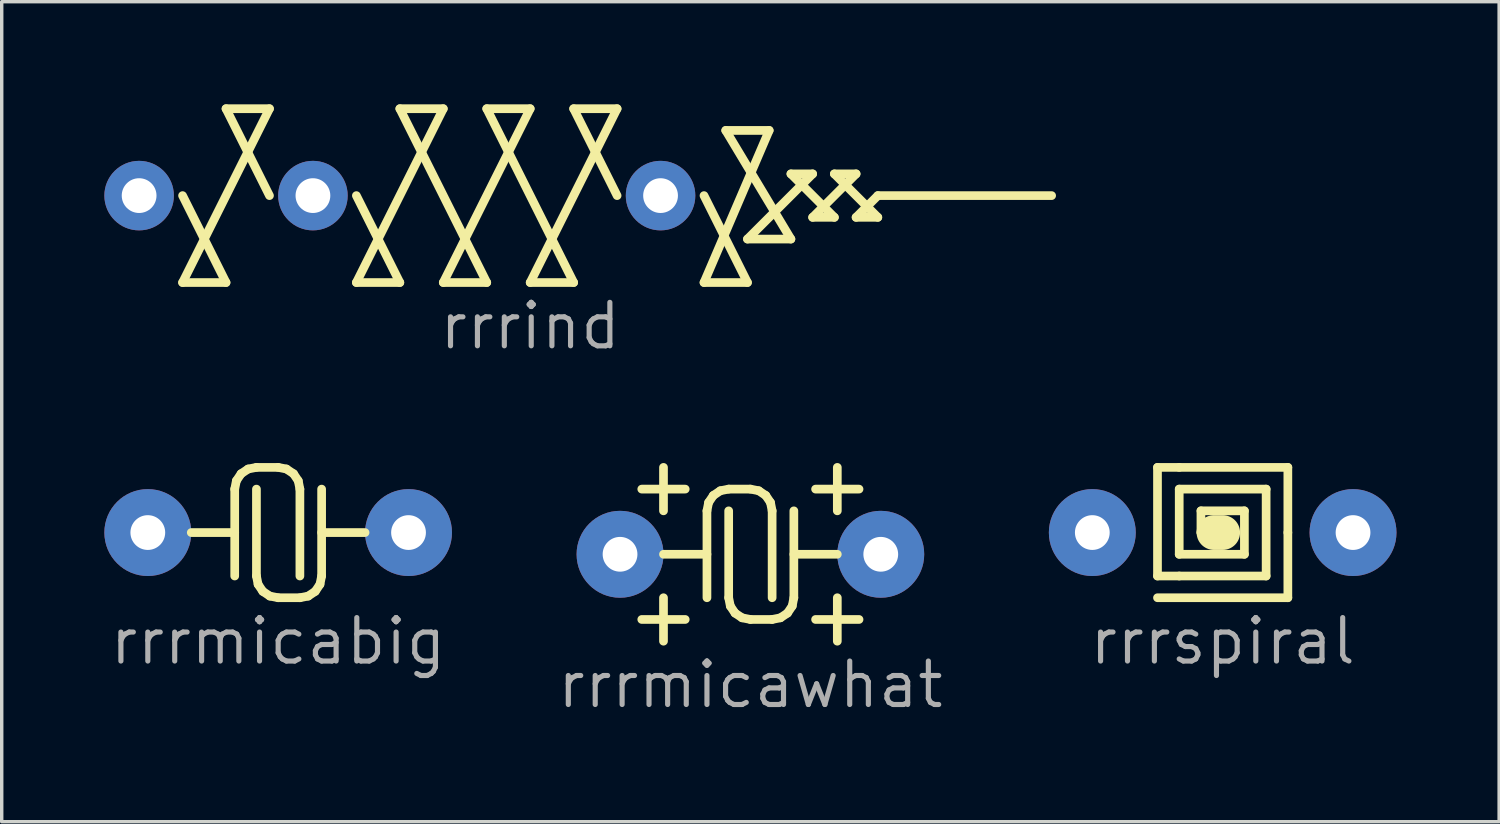
<source format=kicad_pcb>
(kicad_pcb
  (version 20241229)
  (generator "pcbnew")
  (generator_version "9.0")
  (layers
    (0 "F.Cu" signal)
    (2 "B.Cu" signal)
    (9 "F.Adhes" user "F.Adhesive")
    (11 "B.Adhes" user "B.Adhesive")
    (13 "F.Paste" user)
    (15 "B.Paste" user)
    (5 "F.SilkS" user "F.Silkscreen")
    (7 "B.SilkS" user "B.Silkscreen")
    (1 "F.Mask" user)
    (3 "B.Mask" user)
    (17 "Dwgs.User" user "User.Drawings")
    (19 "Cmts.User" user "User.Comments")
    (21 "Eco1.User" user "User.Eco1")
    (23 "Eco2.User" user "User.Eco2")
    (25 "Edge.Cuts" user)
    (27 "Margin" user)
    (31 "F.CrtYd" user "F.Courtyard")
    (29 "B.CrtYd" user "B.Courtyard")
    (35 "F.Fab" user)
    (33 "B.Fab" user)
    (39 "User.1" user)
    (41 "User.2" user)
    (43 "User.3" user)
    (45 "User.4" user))
  (footprint "rrrmicawhat"
    (layer "F.Cu")
    (at 15.072 13.15)
    (property "Reference" "rrrmicawhat" (at 3.81 3.81 0) (layer "F.Fab") (effects (font (size 1.27 1.27) (thickness 0.15))))
    (attr through_hole)
    (fp_line (start 0.635 -1.905) (end 1.905 -1.905) (stroke (width 0.254) (type default)) (layer "F.SilkS"))
    (fp_line (start 1.27 -1.27) (end 1.27 -2.54) (stroke (width 0.254) (type default)) (layer "F.SilkS"))
    (fp_line (start 1.27 2.54) (end 1.27 1.27) (stroke (width 0.254) (type default)) (layer "F.SilkS"))
    (fp_line (start 1.905 1.905) (end 0.635 1.905) (stroke (width 0.254) (type default)) (layer "F.SilkS"))
    (fp_line (start 2.54 -1.27) (end 2.54 1.27) (stroke (width 0.254) (type default)) (layer "F.SilkS"))
    (fp_line (start 2.54 0) (end 1.27 0) (stroke (width 0.254) (type default)) (layer "F.SilkS"))
    (fp_line (start 2.588 -1.513) (end 2.54 -1.27) (stroke (width 0.254) (type default)) (layer "F.SilkS"))
    (fp_line (start 2.726 -1.719) (end 2.588 -1.513) (stroke (width 0.254) (type default)) (layer "F.SilkS"))
    (fp_line (start 2.932 -1.857) (end 2.726 -1.719) (stroke (width 0.254) (type default)) (layer "F.SilkS"))
    (fp_line (start 3.175 -1.905) (end 2.932 -1.857) (stroke (width 0.254) (type default)) (layer "F.SilkS"))
    (fp_line (start 3.175 1.27) (end 3.175 -1.27) (stroke (width 0.254) (type default)) (layer "F.SilkS"))
    (fp_line (start 3.223 1.513) (end 3.175 1.27) (stroke (width 0.254) (type default)) (layer "F.SilkS"))
    (fp_line (start 3.361 1.719) (end 3.223 1.513) (stroke (width 0.254) (type default)) (layer "F.SilkS"))
    (fp_line (start 3.567 1.857) (end 3.361 1.719) (stroke (width 0.254) (type default)) (layer "F.SilkS"))
    (fp_line (start 3.81 -1.905) (end 3.175 -1.905) (stroke (width 0.254) (type default)) (layer "F.SilkS"))
    (fp_line (start 3.81 1.905) (end 3.567 1.857) (stroke (width 0.254) (type default)) (layer "F.SilkS"))
    (fp_line (start 4.053 -1.857) (end 3.81 -1.905) (stroke (width 0.254) (type default)) (layer "F.SilkS"))
    (fp_line (start 4.259 -1.719) (end 4.053 -1.857) (stroke (width 0.254) (type default)) (layer "F.SilkS"))
    (fp_line (start 4.397 -1.513) (end 4.259 -1.719) (stroke (width 0.254) (type default)) (layer "F.SilkS"))
    (fp_line (start 4.445 -1.27) (end 4.397 -1.513) (stroke (width 0.254) (type default)) (layer "F.SilkS"))
    (fp_line (start 4.445 1.27) (end 4.445 -1.27) (stroke (width 0.254) (type default)) (layer "F.SilkS"))
    (fp_line (start 4.445 1.905) (end 3.81 1.905) (stroke (width 0.254) (type default)) (layer "F.SilkS"))
    (fp_line (start 4.688 1.857) (end 4.445 1.905) (stroke (width 0.254) (type default)) (layer "F.SilkS"))
    (fp_line (start 4.894 1.719) (end 4.688 1.857) (stroke (width 0.254) (type default)) (layer "F.SilkS"))
    (fp_line (start 5.032 1.513) (end 4.894 1.719) (stroke (width 0.254) (type default)) (layer "F.SilkS"))
    (fp_line (start 5.08 -1.27) (end 5.08 1.27) (stroke (width 0.254) (type default)) (layer "F.SilkS"))
    (fp_line (start 5.08 0) (end 6.35 0) (stroke (width 0.254) (type default)) (layer "F.SilkS"))
    (fp_line (start 5.08 1.27) (end 5.032 1.513) (stroke (width 0.254) (type default)) (layer "F.SilkS"))
    (fp_line (start 5.715 -1.905) (end 6.985 -1.905) (stroke (width 0.254) (type default)) (layer "F.SilkS"))
    (fp_line (start 5.715 1.905) (end 6.985 1.905) (stroke (width 0.254) (type default)) (layer "F.SilkS"))
    (fp_line (start 6.35 -1.27) (end 6.35 -2.54) (stroke (width 0.254) (type default)) (layer "F.SilkS"))
    (fp_line (start 6.35 2.54) (end 6.35 1.27) (stroke (width 0.254) (type default)) (layer "F.SilkS"))
    (pad "1" thru_hole oval (at 7.62 0) (size 2.54 2.54) (drill 1.016) (layers "*.Cu" "*.Mask"))
    (pad "2" thru_hole oval (at 0 0) (size 2.54 2.54) (drill 1.016) (layers "*.Cu" "*.Mask")))
  (footprint "rrrmicabig"
    (layer "F.Cu")
    (at 1.27 12.515)
    (property "Reference" "rrrmicabig" (at 3.81 3.175 0) (layer "F.Fab") (effects (font (size 1.27 1.27) (thickness 0.15))))
    (attr through_hole)
    (fp_line (start 2.54 -1.27) (end 2.54 1.27) (stroke (width 0.254) (type default)) (layer "F.SilkS"))
    (fp_line (start 2.54 0) (end 1.27 0) (stroke (width 0.254) (type default)) (layer "F.SilkS"))
    (fp_line (start 2.588 -1.513) (end 2.54 -1.27) (stroke (width 0.254) (type default)) (layer "F.SilkS"))
    (fp_line (start 2.726 -1.719) (end 2.588 -1.513) (stroke (width 0.254) (type default)) (layer "F.SilkS"))
    (fp_line (start 2.932 -1.857) (end 2.726 -1.719) (stroke (width 0.254) (type default)) (layer "F.SilkS"))
    (fp_line (start 3.175 -1.905) (end 2.932 -1.857) (stroke (width 0.254) (type default)) (layer "F.SilkS"))
    (fp_line (start 3.175 1.27) (end 3.175 -1.27) (stroke (width 0.254) (type default)) (layer "F.SilkS"))
    (fp_line (start 3.223 1.513) (end 3.175 1.27) (stroke (width 0.254) (type default)) (layer "F.SilkS"))
    (fp_line (start 3.361 1.719) (end 3.223 1.513) (stroke (width 0.254) (type default)) (layer "F.SilkS"))
    (fp_line (start 3.567 1.857) (end 3.361 1.719) (stroke (width 0.254) (type default)) (layer "F.SilkS"))
    (fp_line (start 3.81 -1.905) (end 3.175 -1.905) (stroke (width 0.254) (type default)) (layer "F.SilkS"))
    (fp_line (start 3.81 1.905) (end 3.567 1.857) (stroke (width 0.254) (type default)) (layer "F.SilkS"))
    (fp_line (start 4.053 -1.857) (end 3.81 -1.905) (stroke (width 0.254) (type default)) (layer "F.SilkS"))
    (fp_line (start 4.259 -1.719) (end 4.053 -1.857) (stroke (width 0.254) (type default)) (layer "F.SilkS"))
    (fp_line (start 4.397 -1.513) (end 4.259 -1.719) (stroke (width 0.254) (type default)) (layer "F.SilkS"))
    (fp_line (start 4.445 -1.27) (end 4.397 -1.513) (stroke (width 0.254) (type default)) (layer "F.SilkS"))
    (fp_line (start 4.445 1.27) (end 4.445 -1.27) (stroke (width 0.254) (type default)) (layer "F.SilkS"))
    (fp_line (start 4.445 1.905) (end 3.81 1.905) (stroke (width 0.254) (type default)) (layer "F.SilkS"))
    (fp_line (start 4.688 1.857) (end 4.445 1.905) (stroke (width 0.254) (type default)) (layer "F.SilkS"))
    (fp_line (start 4.894 1.719) (end 4.688 1.857) (stroke (width 0.254) (type default)) (layer "F.SilkS"))
    (fp_line (start 5.032 1.513) (end 4.894 1.719) (stroke (width 0.254) (type default)) (layer "F.SilkS"))
    (fp_line (start 5.08 -1.27) (end 5.08 1.27) (stroke (width 0.254) (type default)) (layer "F.SilkS"))
    (fp_line (start 5.08 0) (end 6.35 0) (stroke (width 0.254) (type default)) (layer "F.SilkS"))
    (fp_line (start 5.08 1.27) (end 5.032 1.513) (stroke (width 0.254) (type default)) (layer "F.SilkS"))
    (pad "1" thru_hole oval (at 7.62 0) (size 2.54 2.54) (drill 1.016) (layers "*.Cu" "*.Mask"))
    (pad "2" thru_hole oval (at 0 0) (size 2.54 2.54) (drill 1.016) (layers "*.Cu" "*.Mask")))
  (footprint "rrrspiral"
    (layer "F.Cu")
    (at 28.875 12.515)
    (property "Reference" "rrrspiral" (at 3.81 3.175 0) (layer "F.Fab") (effects (font (size 1.27 1.27) (thickness 0.15))))
    (attr through_hole)
    (fp_line (start 1.905 -1.905) (end 1.905 1.27) (stroke (width 0.254) (type default)) (layer "F.SilkS"))
    (fp_line (start 1.905 1.27) (end 2.54 1.27) (stroke (width 0.254) (type default)) (layer "F.SilkS"))
    (fp_line (start 1.905 1.905) (end 5.715 1.905) (stroke (width 0.254) (type default)) (layer "F.SilkS"))
    (fp_line (start 2.54 -1.905) (end 1.905 -1.905) (stroke (width 0.254) (type default)) (layer "F.SilkS"))
    (fp_line (start 2.54 -1.27) (end 2.54 0.635) (stroke (width 0.254) (type default)) (layer "F.SilkS"))
    (fp_line (start 2.54 0.635) (end 4.445 0.635) (stroke (width 0.254) (type default)) (layer "F.SilkS"))
    (fp_line (start 2.54 1.27) (end 5.08 1.27) (stroke (width 0.254) (type default)) (layer "F.SilkS"))
    (fp_line (start 3.175 -0.635) (end 3.175 0) (stroke (width 0.254) (type default)) (layer "F.SilkS"))
    (fp_line (start 3.175 0) (end 3.81 0) (stroke (width 0.254) (type default)) (layer "F.SilkS"))
    (fp_line (start 3.556 0) (end 3.81 0) (stroke (width 1.016) (type default)) (layer "F.SilkS"))
    (fp_line (start 4.445 -0.635) (end 3.175 -0.635) (stroke (width 0.254) (type default)) (layer "F.SilkS"))
    (fp_line (start 4.445 0.635) (end 4.445 -0.635) (stroke (width 0.254) (type default)) (layer "F.SilkS"))
    (fp_line (start 5.08 -1.27) (end 2.54 -1.27) (stroke (width 0.254) (type default)) (layer "F.SilkS"))
    (fp_line (start 5.08 1.27) (end 5.08 -1.27) (stroke (width 0.254) (type default)) (layer "F.SilkS"))
    (fp_line (start 5.715 -1.905) (end 2.54 -1.905) (stroke (width 0.254) (type default)) (layer "F.SilkS"))
    (fp_line (start 5.715 0) (end 5.715 -1.905) (stroke (width 0.254) (type default)) (layer "F.SilkS"))
    (fp_line (start 5.715 1.905) (end 5.715 0) (stroke (width 0.254) (type default)) (layer "F.SilkS"))
    (pad "1" thru_hole oval (at 7.62 0) (size 2.54 2.54) (drill 1.016) (layers "*.Cu" "*.Mask"))
    (pad "2" thru_hole oval (at 0 0) (size 2.54 2.54) (drill 1.016) (layers "*.Cu" "*.Mask")))
  (footprint "rrrind"
    (layer "F.Cu")
    (at 1.016 2.667)
    (property "Reference" "rrrind" (at 11.43 3.81 0) (layer "F.Fab") (effects (font (size 1.27 1.27) (thickness 0.15))))
    (attr through_hole)
    (fp_line (start 1.27 0) (end 2.54 2.54) (stroke (width 0.254) (type default)) (layer "F.SilkS"))
    (fp_line (start 1.27 2.54) (end 3.81 -2.54) (stroke (width 0.254) (type default)) (layer "F.SilkS"))
    (fp_line (start 2.54 -2.54) (end 3.81 0) (stroke (width 0.254) (type default)) (layer "F.SilkS"))
    (fp_line (start 2.54 2.54) (end 1.27 2.54) (stroke (width 0.254) (type default)) (layer "F.SilkS"))
    (fp_line (start 3.81 -2.54) (end 2.54 -2.54) (stroke (width 0.254) (type default)) (layer "F.SilkS"))
    (fp_line (start 6.35 2.54) (end 7.62 2.54) (stroke (width 0.254) (type default)) (layer "F.SilkS"))
    (fp_line (start 7.62 -2.54) (end 8.89 -2.54) (stroke (width 0.254) (type default)) (layer "F.SilkS"))
    (fp_line (start 7.62 2.54) (end 6.35 0) (stroke (width 0.254) (type default)) (layer "F.SilkS"))
    (fp_line (start 8.89 -2.54) (end 6.35 2.54) (stroke (width 0.254) (type default)) (layer "F.SilkS"))
    (fp_line (start 8.89 2.54) (end 10.16 2.54) (stroke (width 0.254) (type default)) (layer "F.SilkS"))
    (fp_line (start 10.16 -2.54) (end 11.43 -2.54) (stroke (width 0.254) (type default)) (layer "F.SilkS"))
    (fp_line (start 10.16 2.54) (end 7.62 -2.54) (stroke (width 0.254) (type default)) (layer "F.SilkS"))
    (fp_line (start 11.43 -2.54) (end 8.89 2.54) (stroke (width 0.254) (type default)) (layer "F.SilkS"))
    (fp_line (start 11.43 2.54) (end 12.7 2.54) (stroke (width 0.254) (type default)) (layer "F.SilkS"))
    (fp_line (start 12.7 -2.54) (end 13.97 -2.54) (stroke (width 0.254) (type default)) (layer "F.SilkS"))
    (fp_line (start 12.7 2.54) (end 10.16 -2.54) (stroke (width 0.254) (type default)) (layer "F.SilkS"))
    (fp_line (start 13.97 -2.54) (end 11.43 2.54) (stroke (width 0.254) (type default)) (layer "F.SilkS"))
    (fp_line (start 13.97 0) (end 12.7 -2.54) (stroke (width 0.254) (type default)) (layer "F.SilkS"))
    (fp_line (start 16.51 2.54) (end 17.78 2.54) (stroke (width 0.254) (type default)) (layer "F.SilkS"))
    (fp_line (start 17.145 -1.905) (end 18.415 -1.905) (stroke (width 0.254) (type default)) (layer "F.SilkS"))
    (fp_line (start 17.78 1.27) (end 19.05 1.27) (stroke (width 0.254) (type default)) (layer "F.SilkS"))
    (fp_line (start 17.78 2.54) (end 16.51 0) (stroke (width 0.254) (type default)) (layer "F.SilkS"))
    (fp_line (start 18.415 -1.905) (end 16.51 2.54) (stroke (width 0.254) (type default)) (layer "F.SilkS"))
    (fp_line (start 19.05 -0.635) (end 19.685 -0.635) (stroke (width 0.254) (type default)) (layer "F.SilkS"))
    (fp_line (start 19.05 1.27) (end 17.145 -1.905) (stroke (width 0.254) (type default)) (layer "F.SilkS"))
    (fp_line (start 19.685 -0.635) (end 17.78 1.27) (stroke (width 0.254) (type default)) (layer "F.SilkS"))
    (fp_line (start 19.685 0.635) (end 20.32 0.635) (stroke (width 0.254) (type default)) (layer "F.SilkS"))
    (fp_line (start 20.32 -0.635) (end 20.955 -0.635) (stroke (width 0.254) (type default)) (layer "F.SilkS"))
    (fp_line (start 20.32 0.635) (end 19.05 -0.635) (stroke (width 0.254) (type default)) (layer "F.SilkS"))
    (fp_line (start 20.955 -0.635) (end 19.685 0.635) (stroke (width 0.254) (type default)) (layer "F.SilkS"))
    (fp_line (start 20.955 0.635) (end 21.59 0.635) (stroke (width 0.254) (type default)) (layer "F.SilkS"))
    (fp_line (start 21.59 0) (end 20.955 0.635) (stroke (width 0.254) (type default)) (layer "F.SilkS"))
    (fp_line (start 21.59 0.635) (end 20.32 -0.635) (stroke (width 0.254) (type default)) (layer "F.SilkS"))
    (fp_line (start 26.67 0) (end 21.59 0) (stroke (width 0.254) (type default)) (layer "F.SilkS"))
    (pad "1" thru_hole oval (at 15.24 0) (size 2.032 2.032) (drill 1.016) (layers "*.Cu" "*.Mask"))
    (pad "2" thru_hole oval (at 0 0) (size 2.032 2.032) (drill 1.016) (layers "*.Cu" "*.Mask"))
    (pad "3" thru_hole oval (at 5.08 0) (size 2.032 2.032) (drill 1.016) (layers "*.Cu" "*.Mask")))
  (gr_rect
    (start -3 -3)
    (end 40.765 20.966)
    (stroke (width 0.1) (type default))
    (fill no)
    (layer "Edge.Cuts")))
</source>
